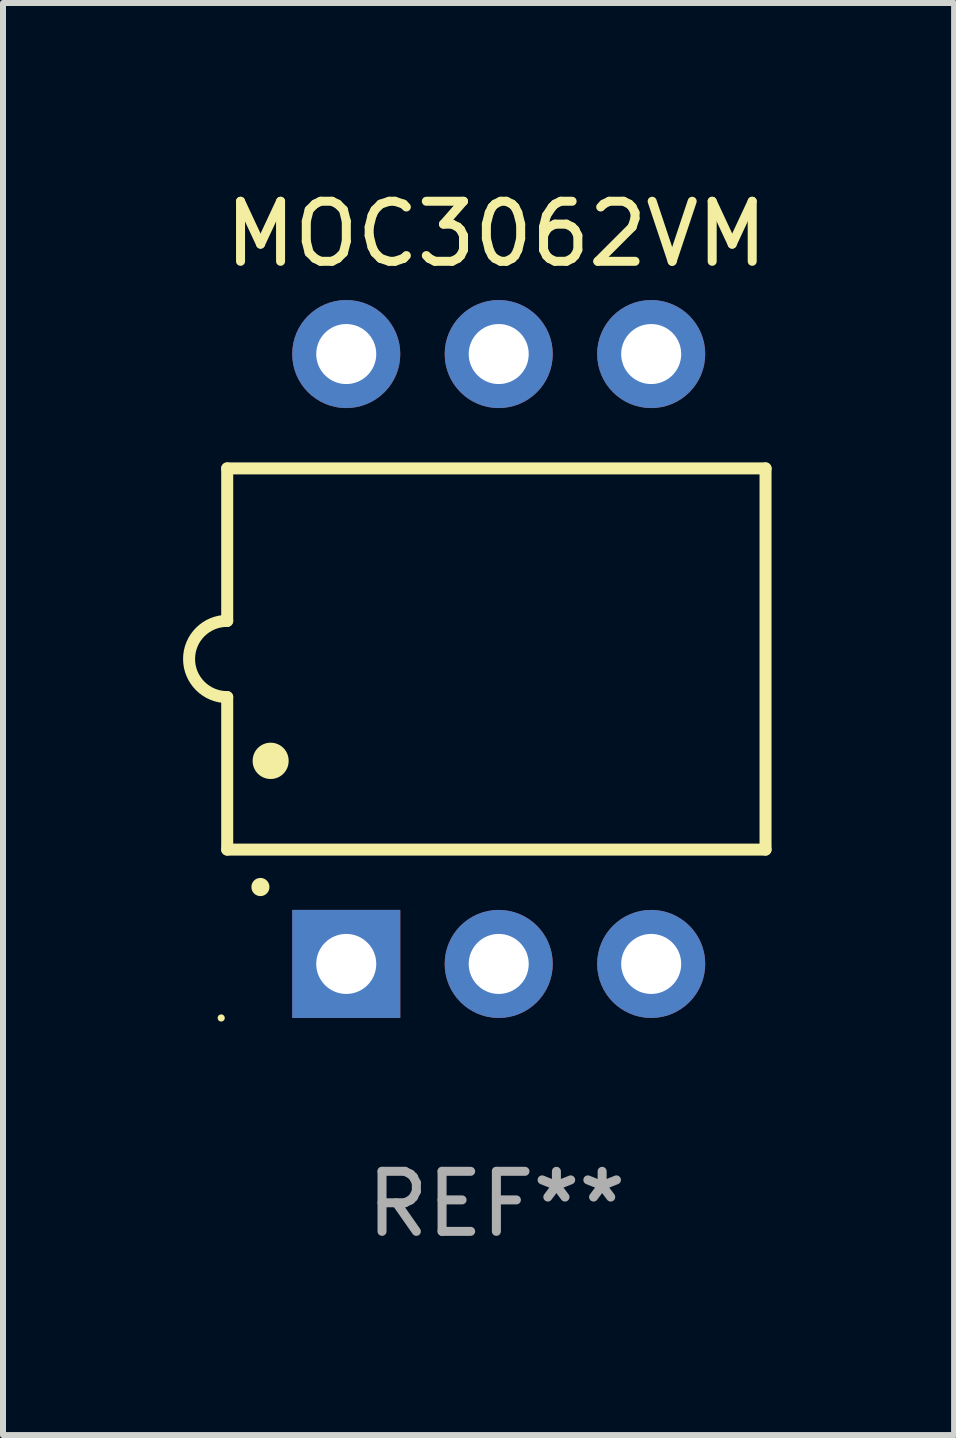
<source format=kicad_pcb>
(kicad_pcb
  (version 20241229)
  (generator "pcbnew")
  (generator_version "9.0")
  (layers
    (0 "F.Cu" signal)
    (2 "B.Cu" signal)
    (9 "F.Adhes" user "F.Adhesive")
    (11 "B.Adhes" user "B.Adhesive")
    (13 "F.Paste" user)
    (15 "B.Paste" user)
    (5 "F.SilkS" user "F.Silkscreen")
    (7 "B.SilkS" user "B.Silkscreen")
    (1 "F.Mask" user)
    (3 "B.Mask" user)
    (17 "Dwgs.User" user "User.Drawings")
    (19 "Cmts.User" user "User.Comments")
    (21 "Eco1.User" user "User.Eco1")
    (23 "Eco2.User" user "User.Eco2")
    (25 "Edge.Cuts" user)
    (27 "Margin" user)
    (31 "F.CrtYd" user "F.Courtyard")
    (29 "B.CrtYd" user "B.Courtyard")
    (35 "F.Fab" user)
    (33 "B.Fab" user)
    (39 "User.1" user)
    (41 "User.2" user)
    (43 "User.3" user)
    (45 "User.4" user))
  (footprint "MOC3062VM"
    (layer "F.Cu")
    (at 5.219 7.928)
    (property "Reference" "MOC3062VM" (at 0 -7.08 0) (layer "F.SilkS") (effects (font (size 1 1) (thickness 0.15))))
    (attr through_hole)
    (fp_line (start -4.484 -3.175) (end 4.484 -3.175) (stroke (width 0.2) (type solid)) (layer "F.SilkS"))
    (fp_line (start -4.484 -0.635) (end -4.484 -3.175) (stroke (width 0.2) (type solid)) (layer "F.SilkS"))
    (fp_line (start -4.484 0.635) (end -4.484 3.175) (stroke (width 0.2) (type solid)) (layer "F.SilkS"))
    (fp_line (start -4.484 3.175) (end 4.484 3.175) (stroke (width 0.2) (type solid)) (layer "F.SilkS"))
    (fp_line (start 4.484 -3.175) (end 4.484 3.175) (stroke (width 0.2) (type solid)) (layer "F.SilkS"))
    (fp_arc (start -4.484379 0.635001) (mid -5.11938 0) (end -4.484379 -0.635001) (stroke (width 0.2) (type solid)) (layer "F.SilkS"))
    (fp_arc (start -3.930658 3.799848) (mid -3.930663 3.798578) (end -3.930658 3.797308) (stroke (width 0.3) (type solid)) (layer "F.SilkS"))
    (fp_arc (start -3.760478 1.699263) (mid -3.760489 1.696723) (end -3.760478 1.694183) (stroke (width 0.6) (type solid)) (layer "F.SilkS"))
    (fp_circle (center -4.584 5.98) (end -4.554 5.98) (stroke (width 0.06) (type solid)) (fill no) (layer "F.SilkS"))
    (fp_text user "REF**" (at 0 9.08 0) (layer "F.Fab") (effects (font (size 1 1) (thickness 0.15))))
    (pad "1" thru_hole rect (at -2.501 5.08 90) (size 1.8 1.8) (drill 1) (layers "*.Cu" "*.Mask"))
    (pad "2" thru_hole circle (at 0.039 5.08) (size 1.8 1.8) (drill 1) (layers "*.Cu" "*.Mask"))
    (pad "3" thru_hole circle (at 2.579 5.08) (size 1.8 1.8) (drill 1) (layers "*.Cu" "*.Mask"))
    (pad "4" thru_hole circle (at 2.579 -5.08) (size 1.8 1.8) (drill 1) (layers "*.Cu" "*.Mask"))
    (pad "5" thru_hole circle (at 0.039 -5.08) (size 1.8 1.8) (drill 1) (layers "*.Cu" "*.Mask"))
    (pad "6" thru_hole circle (at -2.501 -5.08) (size 1.8 1.8) (drill 1) (layers "*.Cu" "*.Mask")))
  (gr_rect
    (start -3 -3)
    (end 12.844 20.857)
    (stroke (width 0.1) (type default))
    (fill no)
    (layer "Edge.Cuts")))
</source>
